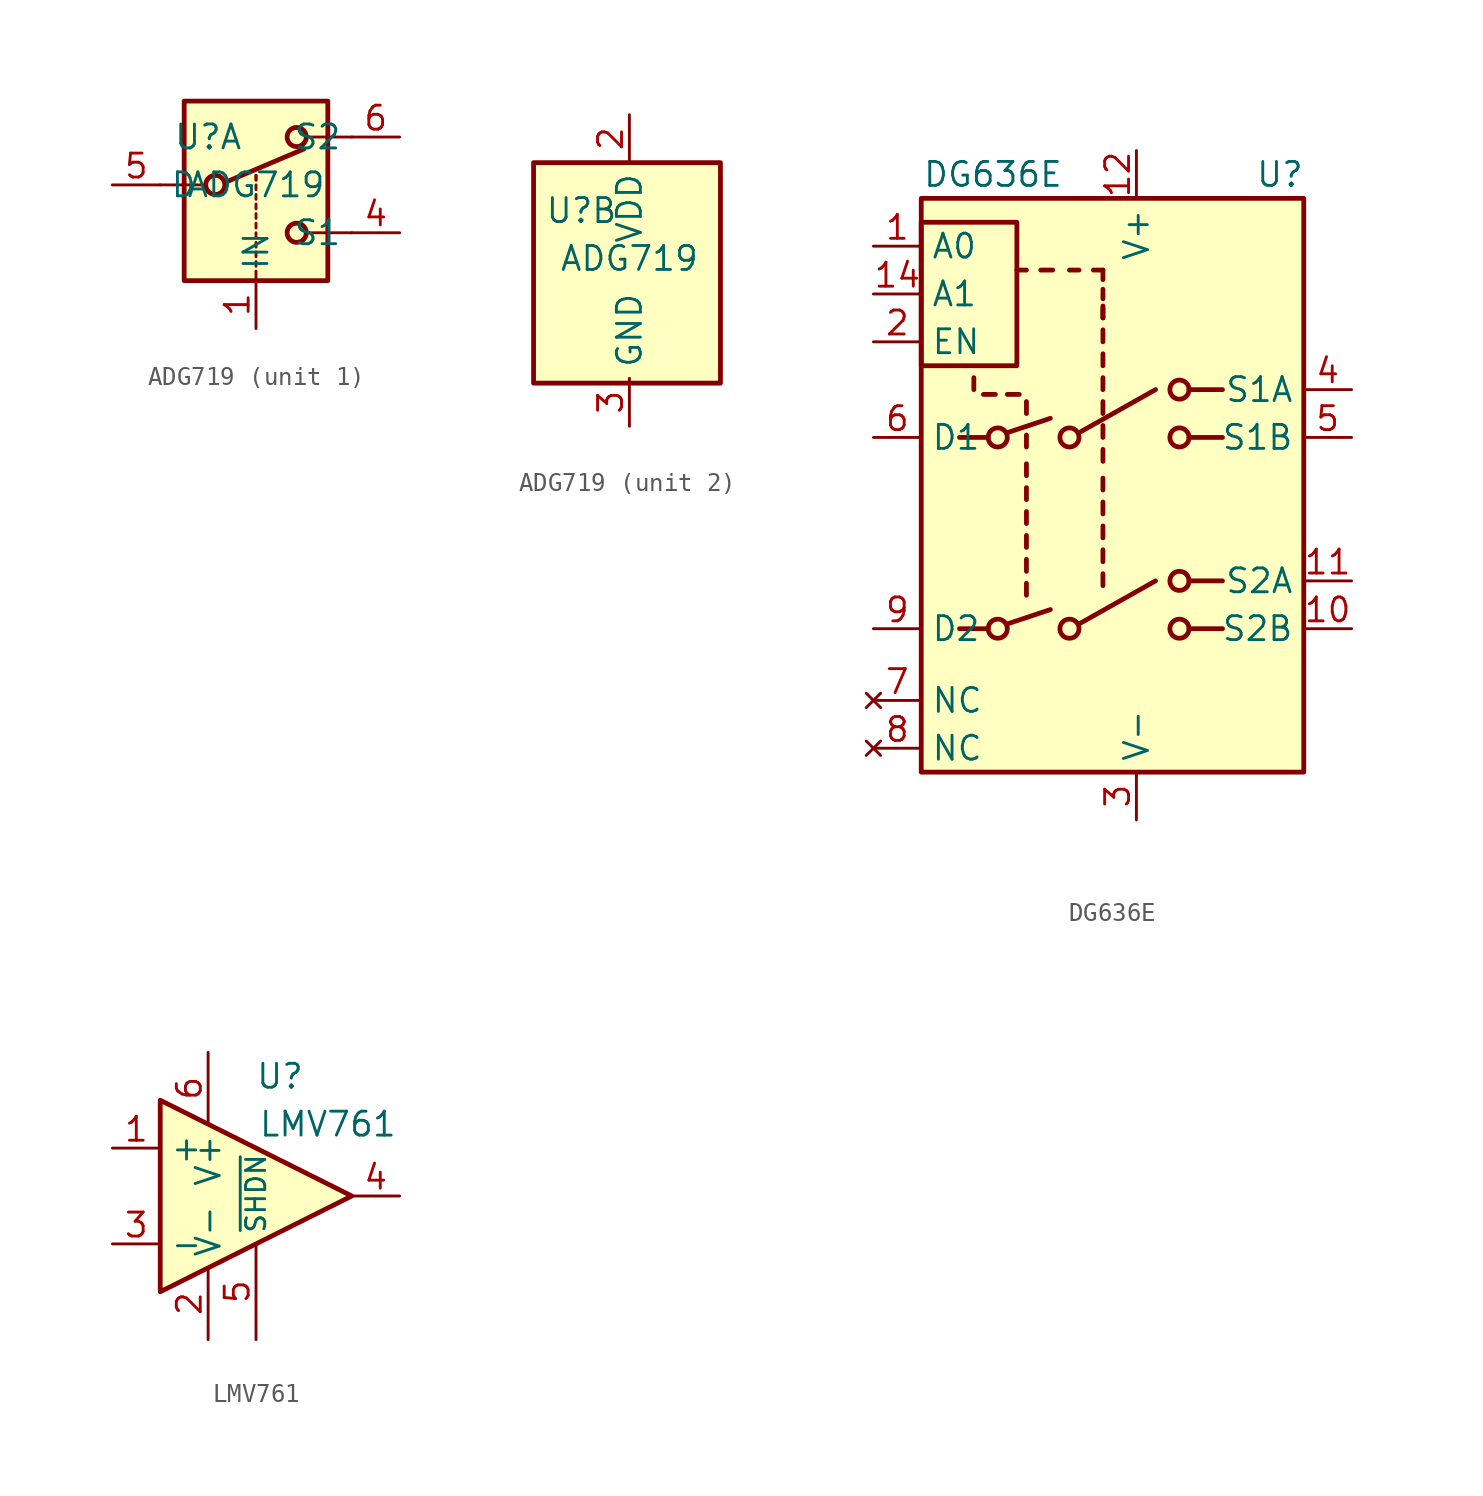
<source format=kicad_sym>
(kicad_symbol_lib
  (version 20211014)
  (generator kicad_symbol_editor)
  (symbol "ADG719"
    (property "Reference" "U"
      (at -2.54 2.54 0)
      (effects (font (size 1.27 1.27))))
    (property "Value" "ADG719"
      (at 0 0 0)
      (effects (font (size 1.27 1.27))))
    (symbol "ADG719_1_1"
      (rectangle (start -3.81 4.445) (end 3.81 -5.08) (stroke (width 0.254) (type default) (color 0 0 0 0)) (fill (type background)))
      (circle (center -2.159 0) (radius 0.508) (stroke (width 0.254) (type default) (color 0 0 0 0)) (fill (type none)))
      (polyline (pts (xy -5.08 0) (xy -2.794 0)) (stroke (width 0) (type default) (color 0 0 0 0)) (fill (type none)))
      (polyline (pts (xy -1.651 0.127) (xy 2.54 1.905)) (stroke (width 0.254) (type default) (color 0 0 0 0)) (fill (type none)))
      (polyline (pts (xy 0 -5.08) (xy 0 -4.572)) (stroke (width 0) (type default) (color 0 0 0 0)) (fill (type none)))
      (polyline (pts (xy 0 -4.318) (xy 0 -4.064)) (stroke (width 0) (type default) (color 0 0 0 0)) (fill (type none)))
      (polyline (pts (xy 0 -3.81) (xy 0 -3.556)) (stroke (width 0) (type default) (color 0 0 0 0)) (fill (type none)))
      (polyline (pts (xy 0 -3.302) (xy 0 -3.048)) (stroke (width 0) (type default) (color 0 0 0 0)) (fill (type none)))
      (polyline (pts (xy 0 -2.794) (xy 0 -2.54)) (stroke (width 0) (type default) (color 0 0 0 0)) (fill (type none)))
      (polyline (pts (xy 0 -2.286) (xy 0 -2.032)) (stroke (width 0) (type default) (color 0 0 0 0)) (fill (type none)))
      (polyline (pts (xy 0 -1.778) (xy 0 -1.524)) (stroke (width 0) (type default) (color 0 0 0 0)) (fill (type none)))
      (polyline (pts (xy 0 -1.27) (xy 0 -1.016)) (stroke (width 0) (type default) (color 0 0 0 0)) (fill (type none)))
      (polyline (pts (xy 0 -0.762) (xy 0 -0.508)) (stroke (width 0) (type default) (color 0 0 0 0)) (fill (type none)))
      (polyline (pts (xy 0 -0.254) (xy 0 0)) (stroke (width 0) (type default) (color 0 0 0 0)) (fill (type none)))
      (polyline (pts (xy 0 0.254) (xy 0 0.508)) (stroke (width 0) (type default) (color 0 0 0 0)) (fill (type none)))
      (polyline (pts (xy 0 0.254) (xy 0 0.508)) (stroke (width 0) (type default) (color 0 0 0 0)) (fill (type none)))
      (polyline (pts (xy 5.08 -2.54) (xy 2.794 -2.54)) (stroke (width 0) (type default) (color 0 0 0 0)) (fill (type none)))
      (polyline (pts (xy 5.08 2.54) (xy 2.794 2.54)) (stroke (width 0) (type default) (color 0 0 0 0)) (fill (type none)))
      (circle (center 2.159 -2.54) (radius 0.508) (stroke (width 0.254) (type default) (color 0 0 0 0)) (fill (type none)))
      (circle (center 2.159 2.54) (radius 0.508) (stroke (width 0.254) (type default) (color 0 0 0 0)) (fill (type none)))
      (pin input line (at 0 -7.62 90) (length 2.54) (name "IN" (effects (font (size 1.27 1.27)))) (number "1" (effects (font (size 1.27 1.27)))))
      (pin passive line (at 7.62 -2.54 180) (length 2.54) (name "S1" (effects (font (size 1.27 1.27)))) (number "4" (effects (font (size 1.27 1.27)))))
      (pin passive line (at -7.62 0 0) (length 2.54) (name "D" (effects (font (size 1.27 1.27)))) (number "5" (effects (font (size 1.27 1.27)))))
      (pin passive line (at 7.62 2.54 180) (length 2.54) (name "S2" (effects (font (size 1.27 1.27)))) (number "6" (effects (font (size 1.27 1.27))))))
    (symbol "ADG719_2_0"
      (pin power_in line (at 0 7.62 270) (length 2.54) (name "VDD" (effects (font (size 1.27 1.27)))) (number "2" (effects (font (size 1.27 1.27)))))
      (pin power_in line (at 0 -8.89 90) (length 2.54) (name "GND" (effects (font (size 1.27 1.27)))) (number "3" (effects (font (size 1.27 1.27))))))
    (symbol "ADG719_2_1"
      (rectangle (start -5.08 5.08) (end 4.826 -6.604) (stroke (width 0.254) (type default) (color 0 0 0 0)) (fill (type background)))))
  (symbol "DG636E"
    (property "Reference" "U"
      (at 15.24 11.43 0)
      (effects (font (size 1.27 1.27))))
    (property "Value" "DG636E"
      (at 0 11.43 0)
      (effects (font (size 1.27 1.27))))
    (symbol "DG636E_0_1"
      (rectangle (start -3.81 8.89) (end 1.27 1.27) (stroke (width 0.254) (type default) (color 0 0 0 0)) (fill (type none)))
      (rectangle (start -3.81 10.16) (end 16.51 -20.32) (stroke (width 0.254) (type default) (color 0 0 0 0)) (fill (type background)))
      (polyline (pts (xy -1.778 -12.7) (xy -0.254 -12.7)) (stroke (width 0.254) (type default) (color 0 0 0 0)) (fill (type none)))
      (polyline (pts (xy -1.778 -2.54) (xy -0.254 -2.54)) (stroke (width 0.254) (type default) (color 0 0 0 0)) (fill (type none)))
      (polyline (pts (xy -1.016 0) (xy -1.016 0.635)) (stroke (width 0.254) (type default) (color 0 0 0 0)) (fill (type none)))
      (polyline (pts (xy -0.508 -0.254) (xy 0.127 -0.254)) (stroke (width 0.254) (type default) (color 0 0 0 0)) (fill (type none)))
      (polyline (pts (xy 0.762 -12.446) (xy 3.048 -11.684)) (stroke (width 0.254) (type default) (color 0 0 0 0)) (fill (type none)))
      (polyline (pts (xy 0.762 -2.286) (xy 3.048 -1.524)) (stroke (width 0.254) (type default) (color 0 0 0 0)) (fill (type none)))
      (polyline (pts (xy 0.762 -0.254) (xy 1.397 -0.254)) (stroke (width 0.254) (type default) (color 0 0 0 0)) (fill (type none)))
      (polyline (pts (xy 1.778 -10.922) (xy 1.778 -10.287)) (stroke (width 0.254) (type default) (color 0 0 0 0)) (fill (type none)))
      (polyline (pts (xy 1.778 -9.652) (xy 1.778 -9.017)) (stroke (width 0.254) (type default) (color 0 0 0 0)) (fill (type none)))
      (polyline (pts (xy 1.778 -8.382) (xy 1.778 -7.747)) (stroke (width 0.254) (type default) (color 0 0 0 0)) (fill (type none)))
      (polyline (pts (xy 1.778 -7.112) (xy 1.778 -6.477)) (stroke (width 0.254) (type default) (color 0 0 0 0)) (fill (type none)))
      (polyline (pts (xy 1.778 -5.842) (xy 1.778 -5.207)) (stroke (width 0.254) (type default) (color 0 0 0 0)) (fill (type none)))
      (polyline (pts (xy 1.778 -4.572) (xy 1.778 -3.937)) (stroke (width 0.254) (type default) (color 0 0 0 0)) (fill (type none)))
      (polyline (pts (xy 1.778 -3.048) (xy 1.778 -2.413)) (stroke (width 0.254) (type default) (color 0 0 0 0)) (fill (type none)))
      (polyline (pts (xy 1.778 -1.27) (xy 1.778 -0.635)) (stroke (width 0.254) (type default) (color 0 0 0 0)) (fill (type none)))
      (polyline (pts (xy 1.778 6.35) (xy 1.27 6.35)) (stroke (width 0.254) (type default) (color 0 0 0 0)) (fill (type none)))
      (polyline (pts (xy 2.54 6.35) (xy 3.175 6.35)) (stroke (width 0.254) (type default) (color 0 0 0 0)) (fill (type none)))
      (polyline (pts (xy 4.572 -12.446) (xy 8.636 -10.16)) (stroke (width 0.254) (type default) (color 0 0 0 0)) (fill (type none)))
      (polyline (pts (xy 4.572 -2.286) (xy 8.636 0)) (stroke (width 0.254) (type default) (color 0 0 0 0)) (fill (type none)))
      (polyline (pts (xy 4.572 6.35) (xy 4.064 6.35)) (stroke (width 0.254) (type default) (color 0 0 0 0)) (fill (type none)))
      (polyline (pts (xy 5.842 -10.414) (xy 5.842 -9.779)) (stroke (width 0.254) (type default) (color 0 0 0 0)) (fill (type none)))
      (polyline (pts (xy 5.842 -9.144) (xy 5.842 -8.509)) (stroke (width 0.254) (type default) (color 0 0 0 0)) (fill (type none)))
      (polyline (pts (xy 5.842 -7.874) (xy 5.842 -7.239)) (stroke (width 0.254) (type default) (color 0 0 0 0)) (fill (type none)))
      (polyline (pts (xy 5.842 -6.604) (xy 5.842 -5.969)) (stroke (width 0.254) (type default) (color 0 0 0 0)) (fill (type none)))
      (polyline (pts (xy 5.842 -5.334) (xy 5.842 -4.699)) (stroke (width 0.254) (type default) (color 0 0 0 0)) (fill (type none)))
      (polyline (pts (xy 5.842 -3.81) (xy 5.842 -3.175)) (stroke (width 0.254) (type default) (color 0 0 0 0)) (fill (type none)))
      (polyline (pts (xy 5.842 -2.54) (xy 5.842 -1.905)) (stroke (width 0.254) (type default) (color 0 0 0 0)) (fill (type none)))
      (polyline (pts (xy 5.842 -1.27) (xy 5.842 -0.635)) (stroke (width 0.254) (type default) (color 0 0 0 0)) (fill (type none)))
      (polyline (pts (xy 5.842 0) (xy 5.842 0.635)) (stroke (width 0.254) (type default) (color 0 0 0 0)) (fill (type none)))
      (polyline (pts (xy 5.842 1.27) (xy 5.842 1.905)) (stroke (width 0.254) (type default) (color 0 0 0 0)) (fill (type none)))
      (polyline (pts (xy 5.842 2.54) (xy 5.842 3.175)) (stroke (width 0.254) (type default) (color 0 0 0 0)) (fill (type none)))
      (polyline (pts (xy 5.842 3.81) (xy 5.842 4.318)) (stroke (width 0.254) (type default) (color 0 0 0 0)) (fill (type none)))
      (polyline (pts (xy 5.842 3.81) (xy 5.842 4.445)) (stroke (width 0.254) (type default) (color 0 0 0 0)) (fill (type none)))
      (polyline (pts (xy 5.842 4.826) (xy 5.842 5.334)) (stroke (width 0.254) (type default) (color 0 0 0 0)) (fill (type none)))
      (polyline (pts (xy 5.842 5.842) (xy 5.842 6.35)) (stroke (width 0.254) (type default) (color 0 0 0 0)) (fill (type none)))
      (polyline (pts (xy 5.842 6.35) (xy 5.334 6.35)) (stroke (width 0.254) (type default) (color 0 0 0 0)) (fill (type none)))
      (polyline (pts (xy 10.414 -12.7) (xy 12.192 -12.7)) (stroke (width 0.254) (type default) (color 0 0 0 0)) (fill (type none)))
      (polyline (pts (xy 10.414 -10.16) (xy 12.192 -10.16)) (stroke (width 0.254) (type default) (color 0 0 0 0)) (fill (type none)))
      (polyline (pts (xy 10.414 -2.54) (xy 12.192 -2.54)) (stroke (width 0.254) (type default) (color 0 0 0 0)) (fill (type none)))
      (polyline (pts (xy 10.414 0) (xy 12.192 0)) (stroke (width 0.254) (type default) (color 0 0 0 0)) (fill (type none)))
      (circle (center 0.254 -12.7) (radius 0.508) (stroke (width 0.254) (type default) (color 0 0 0 0)) (fill (type none)))
      (circle (center 0.254 -2.54) (radius 0.508) (stroke (width 0.254) (type default) (color 0 0 0 0)) (fill (type none)))
      (circle (center 4.064 -12.7) (radius 0.508) (stroke (width 0.254) (type default) (color 0 0 0 0)) (fill (type none)))
      (circle (center 4.064 -2.54) (radius 0.508) (stroke (width 0.254) (type default) (color 0 0 0 0)) (fill (type none)))
      (circle (center 9.906 -12.7) (radius 0.508) (stroke (width 0.254) (type default) (color 0 0 0 0)) (fill (type none)))
      (circle (center 9.906 -10.16) (radius 0.508) (stroke (width 0.254) (type default) (color 0 0 0 0)) (fill (type none)))
      (circle (center 9.906 -2.54) (radius 0.508) (stroke (width 0.254) (type default) (color 0 0 0 0)) (fill (type none)))
      (circle (center 9.906 0) (radius 0.508) (stroke (width 0.254) (type default) (color 0 0 0 0)) (fill (type none))))
    (symbol "DG636E_1_1"
      (pin input line (at -6.35 7.62 0) (length 2.54) (name "A0" (effects (font (size 1.27 1.27)))) (number "1" (effects (font (size 1.27 1.27)))))
      (pin bidirectional line (at 19.05 -12.7 180) (length 2.54) (name "S2B" (effects (font (size 1.27 1.27)))) (number "10" (effects (font (size 1.27 1.27)))))
      (pin bidirectional line (at 19.05 -10.16 180) (length 2.54) (name "S2A" (effects (font (size 1.27 1.27)))) (number "11" (effects (font (size 1.27 1.27)))))
      (pin power_in line (at 7.62 12.7 270) (length 2.54) (name "V+" (effects (font (size 1.27 1.27)))) (number "12" (effects (font (size 1.27 1.27)))))
      (pin input line (at -6.35 5.08 0) (length 2.54) (name "A1" (effects (font (size 1.27 1.27)))) (number "14" (effects (font (size 1.27 1.27)))))
      (pin input line (at -6.35 2.54 0) (length 2.54) (name "EN" (effects (font (size 1.27 1.27)))) (number "2" (effects (font (size 1.27 1.27)))))
      (pin power_in line (at 7.62 -22.86 90) (length 2.54) (name "V-" (effects (font (size 1.27 1.27)))) (number "3" (effects (font (size 1.27 1.27)))))
      (pin bidirectional line (at 19.05 0 180) (length 2.54) (name "S1A" (effects (font (size 1.27 1.27)))) (number "4" (effects (font (size 1.27 1.27)))))
      (pin bidirectional line (at 19.05 -2.54 180) (length 2.54) (name "S1B" (effects (font (size 1.27 1.27)))) (number "5" (effects (font (size 1.27 1.27)))))
      (pin bidirectional line (at -6.35 -2.54 0) (length 2.54) (name "D1" (effects (font (size 1.27 1.27)))) (number "6" (effects (font (size 1.27 1.27)))))
      (pin no_connect line (at -6.35 -16.51 0) (length 2.54) (name "NC" (effects (font (size 1.27 1.27)))) (number "7" (effects (font (size 1.27 1.27)))))
      (pin no_connect line (at -6.35 -19.05 0) (length 2.54) (name "NC" (effects (font (size 1.27 1.27)))) (number "8" (effects (font (size 1.27 1.27)))))
      (pin bidirectional line (at -6.35 -12.7 0) (length 2.54) (name "D2" (effects (font (size 1.27 1.27)))) (number "9" (effects (font (size 1.27 1.27)))))))
  (symbol "LMV761"
    (property "Reference" "U"
      (at 5.08 6.35 0)
      (effects (font (size 1.27 1.27))))
    (property "Value" "LMV761"
      (at 7.62 3.81 0)
      (effects (font (size 1.27 1.27))))
    (symbol "LMV761_0_1"
      (polyline (pts (xy -1.27 5.08) (xy 8.89 0) (xy -1.27 -5.08) (xy -1.27 5.08)) (stroke (width 0.254) (type default) (color 0 0 0 0)) (fill (type background))))
    (symbol "LMV761_1_1"
      (pin input line (at -3.81 2.54 0) (length 2.54) (name "+" (effects (font (size 1.27 1.27)))) (number "1" (effects (font (size 1.27 1.27)))))
      (pin power_in line (at 1.27 -7.62 90) (length 3.81) (name "V-" (effects (font (size 1.27 1.27)))) (number "2" (effects (font (size 1.27 1.27)))))
      (pin input line (at -3.81 -2.54 0) (length 2.54) (name "-" (effects (font (size 1.27 1.27)))) (number "3" (effects (font (size 1.27 1.27)))))
      (pin output line (at 11.43 0 180) (length 2.54) (name "~" (effects (font (size 1.27 1.27)))) (number "4" (effects (font (size 1.27 1.27)))))
      (pin input line (at 3.81 -7.62 90) (length 5.08) (name "~{SHDN}" (effects (font (size 1.016 1.016)))) (number "5" (effects (font (size 1.27 1.27)))))
      (pin power_in line (at 1.27 7.62 270) (length 3.81) (name "V+" (effects (font (size 1.27 1.27)))) (number "6" (effects (font (size 1.27 1.27))))))))
</source>
